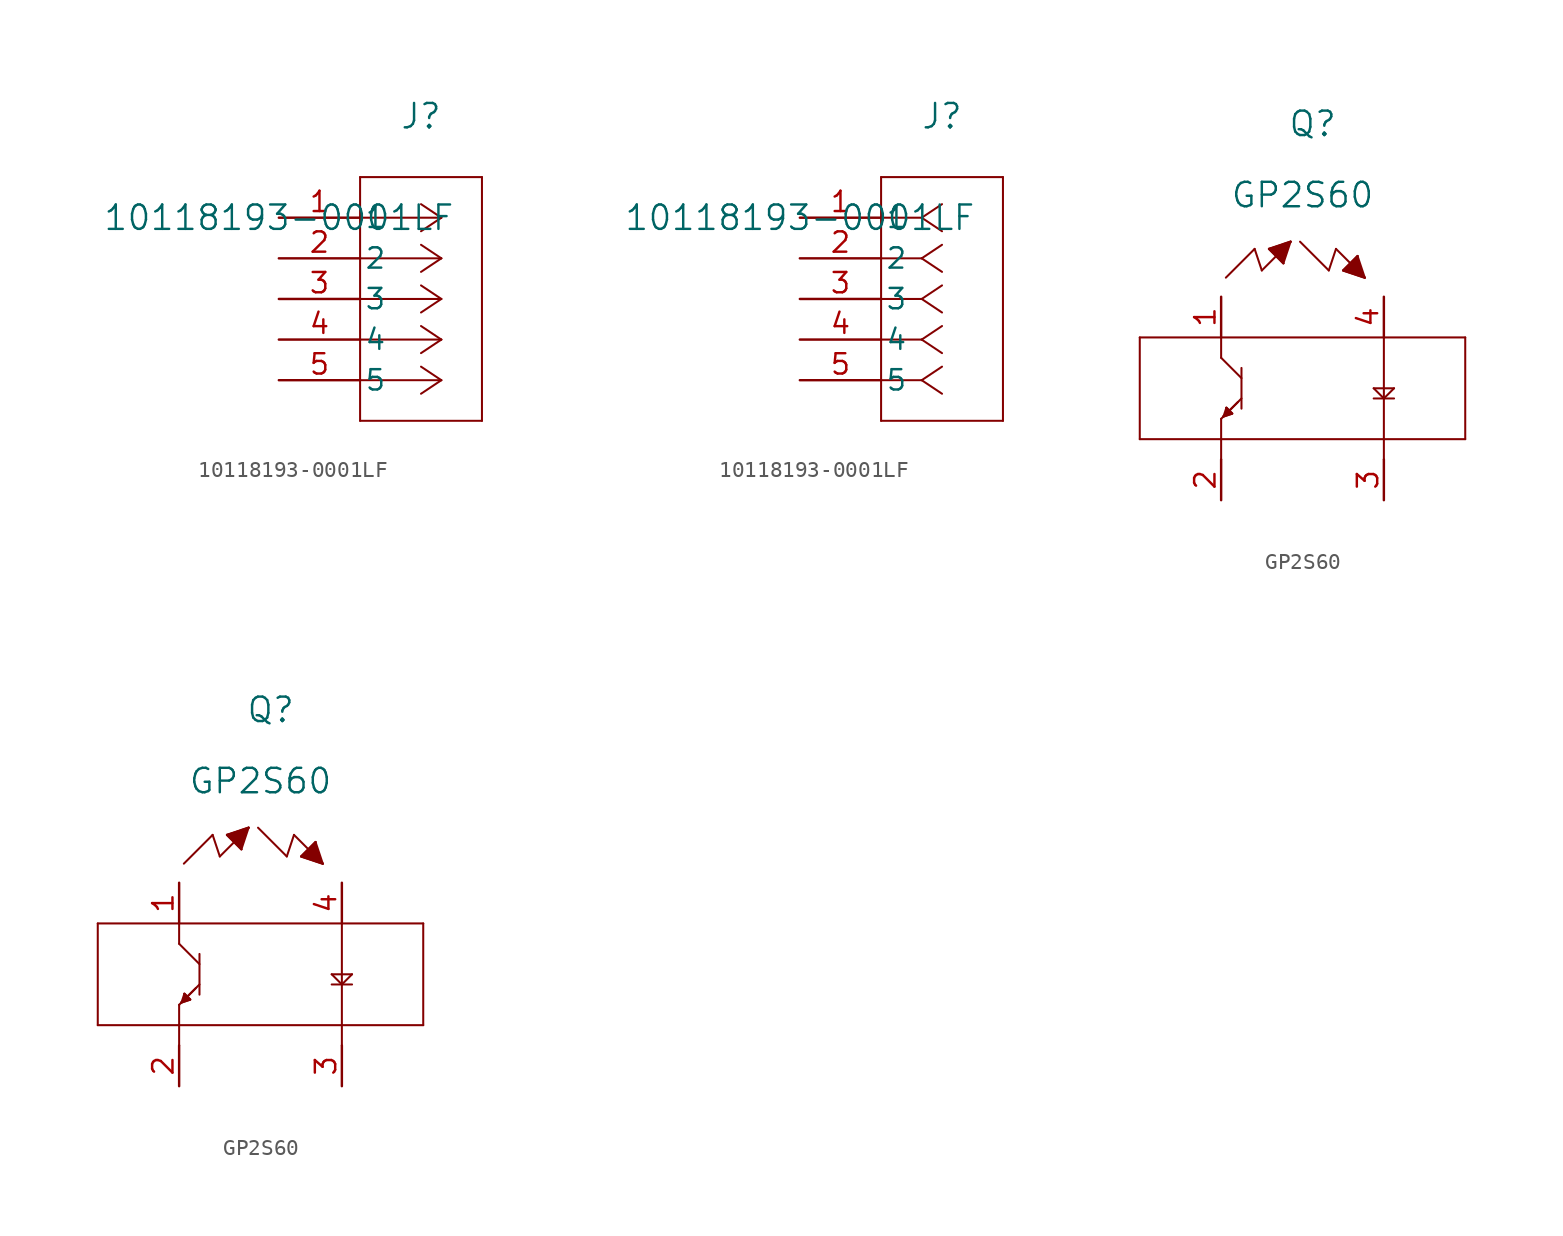
<source format=kicad_sym>
(kicad_symbol_lib
  (version 20211014)
  (generator kicad_symbol_editor)
  (symbol "10118193-0001LF"
    (pin_names
      (offset 0.254))
    (property "Reference" "J"
      (at 8.89 6.35 0)
      (effects (font (size 1.524 1.524))))
    (property "Value" "10118193-0001LF"
      (at 0 0 0)
      (effects (font (size 1.524 1.524))))
    (property "ki_locked" ""
      (at 0 0 0)
      (effects (font (size 1.27 1.27))))
    (symbol "10118193-0001LF_1_1"
      (polyline (pts (xy 5.08 -12.7) (xy 12.7 -12.7)) (stroke (width 0.127) (type default) (color 0 0 0 0)) (fill (type none)))
      (polyline (pts (xy 5.08 2.54) (xy 5.08 -12.7)) (stroke (width 0.127) (type default) (color 0 0 0 0)) (fill (type none)))
      (polyline (pts (xy 10.16 -10.16) (xy 5.08 -10.16)) (stroke (width 0.127) (type default) (color 0 0 0 0)) (fill (type none)))
      (polyline (pts (xy 10.16 -10.16) (xy 8.89 -11.007)) (stroke (width 0.127) (type default) (color 0 0 0 0)) (fill (type none)))
      (polyline (pts (xy 10.16 -10.16) (xy 8.89 -9.313)) (stroke (width 0.127) (type default) (color 0 0 0 0)) (fill (type none)))
      (polyline (pts (xy 10.16 -7.62) (xy 5.08 -7.62)) (stroke (width 0.127) (type default) (color 0 0 0 0)) (fill (type none)))
      (polyline (pts (xy 10.16 -7.62) (xy 8.89 -8.467)) (stroke (width 0.127) (type default) (color 0 0 0 0)) (fill (type none)))
      (polyline (pts (xy 10.16 -7.62) (xy 8.89 -6.773)) (stroke (width 0.127) (type default) (color 0 0 0 0)) (fill (type none)))
      (polyline (pts (xy 10.16 -5.08) (xy 5.08 -5.08)) (stroke (width 0.127) (type default) (color 0 0 0 0)) (fill (type none)))
      (polyline (pts (xy 10.16 -5.08) (xy 8.89 -5.927)) (stroke (width 0.127) (type default) (color 0 0 0 0)) (fill (type none)))
      (polyline (pts (xy 10.16 -5.08) (xy 8.89 -4.233)) (stroke (width 0.127) (type default) (color 0 0 0 0)) (fill (type none)))
      (polyline (pts (xy 10.16 -2.54) (xy 5.08 -2.54)) (stroke (width 0.127) (type default) (color 0 0 0 0)) (fill (type none)))
      (polyline (pts (xy 10.16 -2.54) (xy 8.89 -3.387)) (stroke (width 0.127) (type default) (color 0 0 0 0)) (fill (type none)))
      (polyline (pts (xy 10.16 -2.54) (xy 8.89 -1.693)) (stroke (width 0.127) (type default) (color 0 0 0 0)) (fill (type none)))
      (polyline (pts (xy 10.16 0) (xy 5.08 0)) (stroke (width 0.127) (type default) (color 0 0 0 0)) (fill (type none)))
      (polyline (pts (xy 10.16 0) (xy 8.89 -0.847)) (stroke (width 0.127) (type default) (color 0 0 0 0)) (fill (type none)))
      (polyline (pts (xy 10.16 0) (xy 8.89 0.847)) (stroke (width 0.127) (type default) (color 0 0 0 0)) (fill (type none)))
      (polyline (pts (xy 12.7 -12.7) (xy 12.7 2.54)) (stroke (width 0.127) (type default) (color 0 0 0 0)) (fill (type none)))
      (polyline (pts (xy 12.7 2.54) (xy 5.08 2.54)) (stroke (width 0.127) (type default) (color 0 0 0 0)) (fill (type none)))
      (pin unspecified line (at 0 0 0) (length 5.08) (name "1" (effects (font (size 1.27 1.27)))) (number "1" (effects (font (size 1.27 1.27)))))
      (pin unspecified line (at 0 -2.54 0) (length 5.08) (name "2" (effects (font (size 1.27 1.27)))) (number "2" (effects (font (size 1.27 1.27)))))
      (pin unspecified line (at 0 -5.08 0) (length 5.08) (name "3" (effects (font (size 1.27 1.27)))) (number "3" (effects (font (size 1.27 1.27)))))
      (pin unspecified line (at 0 -7.62 0) (length 5.08) (name "4" (effects (font (size 1.27 1.27)))) (number "4" (effects (font (size 1.27 1.27)))))
      (pin unspecified line (at 0 -10.16 0) (length 5.08) (name "5" (effects (font (size 1.27 1.27)))) (number "5" (effects (font (size 1.27 1.27))))))
    (symbol "10118193-0001LF_1_2"
      (polyline (pts (xy 5.08 -12.7) (xy 12.7 -12.7)) (stroke (width 0.127) (type default) (color 0 0 0 0)) (fill (type none)))
      (polyline (pts (xy 5.08 2.54) (xy 5.08 -12.7)) (stroke (width 0.127) (type default) (color 0 0 0 0)) (fill (type none)))
      (polyline (pts (xy 7.62 -10.16) (xy 5.08 -10.16)) (stroke (width 0.127) (type default) (color 0 0 0 0)) (fill (type none)))
      (polyline (pts (xy 7.62 -10.16) (xy 8.89 -11.007)) (stroke (width 0.127) (type default) (color 0 0 0 0)) (fill (type none)))
      (polyline (pts (xy 7.62 -10.16) (xy 8.89 -9.313)) (stroke (width 0.127) (type default) (color 0 0 0 0)) (fill (type none)))
      (polyline (pts (xy 7.62 -7.62) (xy 5.08 -7.62)) (stroke (width 0.127) (type default) (color 0 0 0 0)) (fill (type none)))
      (polyline (pts (xy 7.62 -7.62) (xy 8.89 -8.467)) (stroke (width 0.127) (type default) (color 0 0 0 0)) (fill (type none)))
      (polyline (pts (xy 7.62 -7.62) (xy 8.89 -6.773)) (stroke (width 0.127) (type default) (color 0 0 0 0)) (fill (type none)))
      (polyline (pts (xy 7.62 -5.08) (xy 5.08 -5.08)) (stroke (width 0.127) (type default) (color 0 0 0 0)) (fill (type none)))
      (polyline (pts (xy 7.62 -5.08) (xy 8.89 -5.927)) (stroke (width 0.127) (type default) (color 0 0 0 0)) (fill (type none)))
      (polyline (pts (xy 7.62 -5.08) (xy 8.89 -4.233)) (stroke (width 0.127) (type default) (color 0 0 0 0)) (fill (type none)))
      (polyline (pts (xy 7.62 -2.54) (xy 5.08 -2.54)) (stroke (width 0.127) (type default) (color 0 0 0 0)) (fill (type none)))
      (polyline (pts (xy 7.62 -2.54) (xy 8.89 -3.387)) (stroke (width 0.127) (type default) (color 0 0 0 0)) (fill (type none)))
      (polyline (pts (xy 7.62 -2.54) (xy 8.89 -1.693)) (stroke (width 0.127) (type default) (color 0 0 0 0)) (fill (type none)))
      (polyline (pts (xy 7.62 0) (xy 5.08 0)) (stroke (width 0.127) (type default) (color 0 0 0 0)) (fill (type none)))
      (polyline (pts (xy 7.62 0) (xy 8.89 -0.847)) (stroke (width 0.127) (type default) (color 0 0 0 0)) (fill (type none)))
      (polyline (pts (xy 7.62 0) (xy 8.89 0.847)) (stroke (width 0.127) (type default) (color 0 0 0 0)) (fill (type none)))
      (polyline (pts (xy 12.7 -12.7) (xy 12.7 2.54)) (stroke (width 0.127) (type default) (color 0 0 0 0)) (fill (type none)))
      (polyline (pts (xy 12.7 2.54) (xy 5.08 2.54)) (stroke (width 0.127) (type default) (color 0 0 0 0)) (fill (type none)))
      (pin unspecified line (at 0 0 0) (length 5.08) (name "1" (effects (font (size 1.27 1.27)))) (number "1" (effects (font (size 1.27 1.27)))))
      (pin unspecified line (at 0 -2.54 0) (length 5.08) (name "2" (effects (font (size 1.27 1.27)))) (number "2" (effects (font (size 1.27 1.27)))))
      (pin unspecified line (at 0 -5.08 0) (length 5.08) (name "3" (effects (font (size 1.27 1.27)))) (number "3" (effects (font (size 1.27 1.27)))))
      (pin unspecified line (at 0 -7.62 0) (length 5.08) (name "4" (effects (font (size 1.27 1.27)))) (number "4" (effects (font (size 1.27 1.27)))))
      (pin unspecified line (at 0 -10.16 0) (length 5.08) (name "5" (effects (font (size 1.27 1.27)))) (number "5" (effects (font (size 1.27 1.27)))))))
  (symbol "GP2S60"
    (pin_names
      (offset 0.254))
    (property "Reference" "Q"
      (at 5.715 10.795 0)
      (effects (font (size 1.524 1.524))))
    (property "Value" "GP2S60"
      (at 5.08 6.35 0)
      (effects (font (size 1.524 1.524))))
    (property "ki_locked" ""
      (at 0 0 0)
      (effects (font (size 1.27 1.27))))
    (symbol "GP2S60_1_1"
      (polyline (pts (xy -5.08 -8.89) (xy 15.24 -8.89)) (stroke (width 0.127) (type default) (color 0 0 0 0)) (fill (type none)))
      (polyline (pts (xy -5.08 -2.54) (xy -5.08 -8.89)) (stroke (width 0.127) (type default) (color 0 0 0 0)) (fill (type none)))
      (polyline (pts (xy -5.08 -2.54) (xy 15.24 -2.54)) (stroke (width 0.127) (type default) (color 0 0 0 0)) (fill (type none)))
      (polyline (pts (xy 0 -10.16) (xy 0 -8.89)) (stroke (width 0.127) (type default) (color 0 0 0 0)) (fill (type none)))
      (polyline (pts (xy 0 -7.62) (xy 0 -8.89)) (stroke (width 0.127) (type default) (color 0 0 0 0)) (fill (type none)))
      (polyline (pts (xy 0 -7.62) (xy 1.27 -6.35)) (stroke (width 0.127) (type default) (color 0 0 0 0)) (fill (type none)))
      (polyline (pts (xy 0 -3.81) (xy 1.27 -5.08)) (stroke (width 0.127) (type default) (color 0 0 0 0)) (fill (type none)))
      (polyline (pts (xy 0 -2.54) (xy 0 -3.81)) (stroke (width 0.127) (type default) (color 0 0 0 0)) (fill (type none)))
      (polyline (pts (xy 0.149 -7.471) (xy 0.688 -7.292)) (stroke (width 0.127) (type default) (color 0 0 0 0)) (fill (type none)))
      (polyline (pts (xy 0.295 1.193) (xy 2.091 2.989)) (stroke (width 0.127) (type default) (color 0 0 0 0)) (fill (type none)))
      (polyline (pts (xy 0.328 -6.932) (xy 0.149 -7.471)) (stroke (width 0.127) (type default) (color 0 0 0 0)) (fill (type none)))
      (polyline (pts (xy 0.328 -6.932) (xy 0.688 -7.292)) (stroke (width 0.127) (type default) (color 0 0 0 0)) (fill (type none)))
      (polyline (pts (xy 1.047 -6.573) (xy 0.149 -7.471)) (stroke (width 0.127) (type default) (color 0 0 0 0)) (fill (type none)))
      (polyline (pts (xy 1.27 -4.445) (xy 1.27 -6.985)) (stroke (width 0.127) (type default) (color 0 0 0 0)) (fill (type none)))
      (polyline (pts (xy 2.091 2.989) (xy 2.54 1.642)) (stroke (width 0.127) (type default) (color 0 0 0 0)) (fill (type none)))
      (polyline (pts (xy 2.54 1.642) (xy 4.336 3.438)) (stroke (width 0.127) (type default) (color 0 0 0 0)) (fill (type none)))
      (polyline (pts (xy 2.989 2.989) (xy 3.887 2.091)) (stroke (width 0.127) (type default) (color 0 0 0 0)) (fill (type none)))
      (polyline (pts (xy 3.887 2.091) (xy 4.336 3.438)) (stroke (width 0.127) (type default) (color 0 0 0 0)) (fill (type none)))
      (polyline (pts (xy 4.336 3.438) (xy 2.989 2.989)) (stroke (width 0.127) (type default) (color 0 0 0 0)) (fill (type none)))
      (polyline (pts (xy 4.926 3.438) (xy 6.722 1.642)) (stroke (width 0.127) (type default) (color 0 0 0 0)) (fill (type none)))
      (polyline (pts (xy 6.722 1.642) (xy 7.171 2.989)) (stroke (width 0.127) (type default) (color 0 0 0 0)) (fill (type none)))
      (polyline (pts (xy 7.171 2.989) (xy 8.967 1.193)) (stroke (width 0.127) (type default) (color 0 0 0 0)) (fill (type none)))
      (polyline (pts (xy 7.62 1.642) (xy 8.518 2.54)) (stroke (width 0.127) (type default) (color 0 0 0 0)) (fill (type none)))
      (polyline (pts (xy 8.518 2.54) (xy 8.967 1.193)) (stroke (width 0.127) (type default) (color 0 0 0 0)) (fill (type none)))
      (polyline (pts (xy 8.967 1.193) (xy 7.62 1.642)) (stroke (width 0.127) (type default) (color 0 0 0 0)) (fill (type none)))
      (polyline (pts (xy 9.525 -6.35) (xy 10.795 -6.35)) (stroke (width 0.127) (type default) (color 0 0 0 0)) (fill (type none)))
      (polyline (pts (xy 9.525 -5.715) (xy 10.16 -6.35)) (stroke (width 0.127) (type default) (color 0 0 0 0)) (fill (type none)))
      (polyline (pts (xy 10.16 -10.16) (xy 10.16 -8.89)) (stroke (width 0.127) (type default) (color 0 0 0 0)) (fill (type none)))
      (polyline (pts (xy 10.16 -6.35) (xy 10.795 -5.715)) (stroke (width 0.127) (type default) (color 0 0 0 0)) (fill (type none)))
      (polyline (pts (xy 10.16 -2.54) (xy 10.16 -8.89)) (stroke (width 0.127) (type default) (color 0 0 0 0)) (fill (type none)))
      (polyline (pts (xy 10.795 -5.715) (xy 9.525 -5.715)) (stroke (width 0.127) (type default) (color 0 0 0 0)) (fill (type none)))
      (polyline (pts (xy 15.24 -2.54) (xy 15.24 -8.89)) (stroke (width 0.127) (type default) (color 0 0 0 0)) (fill (type none)))
      (polyline (pts (xy 0.328 -6.932) (xy 0.688 -7.292) (xy 0.149 -7.471)) (stroke (width 0) (type default) (color 0 0 0 0)) (fill (type outline)))
      (polyline (pts (xy 4.336 3.438) (xy 2.989 2.989) (xy 3.887 2.091)) (stroke (width 0) (type default) (color 0 0 0 0)) (fill (type outline)))
      (polyline (pts (xy 8.967 1.193) (xy 7.62 1.642) (xy 8.518 2.54)) (stroke (width 0) (type default) (color 0 0 0 0)) (fill (type outline)))
      (pin passive line (at 0 0 270) (length 2.54) (name "" (effects (font (size 1.27 1.27)))) (number "1" (effects (font (size 1.27 1.27)))))
      (pin passive line (at 0 -12.7 90) (length 2.54) (name "" (effects (font (size 1.27 1.27)))) (number "2" (effects (font (size 1.27 1.27)))))
      (pin passive line (at 10.16 -12.7 90) (length 2.54) (name "" (effects (font (size 1.27 1.27)))) (number "3" (effects (font (size 1.27 1.27)))))
      (pin passive line (at 10.16 0 270) (length 2.54) (name "" (effects (font (size 1.27 1.27)))) (number "4" (effects (font (size 1.27 1.27))))))
    (symbol "GP2S60_1_2"
      (polyline (pts (xy -5.08 -8.89) (xy 15.24 -8.89)) (stroke (width 0.127) (type default) (color 0 0 0 0)) (fill (type none)))
      (polyline (pts (xy -5.08 -2.54) (xy -5.08 -8.89)) (stroke (width 0.127) (type default) (color 0 0 0 0)) (fill (type none)))
      (polyline (pts (xy -5.08 -2.54) (xy 15.24 -2.54)) (stroke (width 0.127) (type default) (color 0 0 0 0)) (fill (type none)))
      (polyline (pts (xy 0 -10.16) (xy 0 -8.89)) (stroke (width 0.127) (type default) (color 0 0 0 0)) (fill (type none)))
      (polyline (pts (xy 0 -7.62) (xy 0 -8.89)) (stroke (width 0.127) (type default) (color 0 0 0 0)) (fill (type none)))
      (polyline (pts (xy 0 -7.62) (xy 1.27 -6.35)) (stroke (width 0.127) (type default) (color 0 0 0 0)) (fill (type none)))
      (polyline (pts (xy 0 -3.81) (xy 1.27 -5.08)) (stroke (width 0.127) (type default) (color 0 0 0 0)) (fill (type none)))
      (polyline (pts (xy 0 -2.54) (xy 0 -3.81)) (stroke (width 0.127) (type default) (color 0 0 0 0)) (fill (type none)))
      (polyline (pts (xy 0.149 -7.471) (xy 0.688 -7.292)) (stroke (width 0.127) (type default) (color 0 0 0 0)) (fill (type none)))
      (polyline (pts (xy 0.295 1.193) (xy 2.091 2.989)) (stroke (width 0.127) (type default) (color 0 0 0 0)) (fill (type none)))
      (polyline (pts (xy 0.328 -6.932) (xy 0.149 -7.471)) (stroke (width 0.127) (type default) (color 0 0 0 0)) (fill (type none)))
      (polyline (pts (xy 0.328 -6.932) (xy 0.688 -7.292)) (stroke (width 0.127) (type default) (color 0 0 0 0)) (fill (type none)))
      (polyline (pts (xy 1.047 -6.573) (xy 0.149 -7.471)) (stroke (width 0.127) (type default) (color 0 0 0 0)) (fill (type none)))
      (polyline (pts (xy 1.27 -4.445) (xy 1.27 -6.985)) (stroke (width 0.127) (type default) (color 0 0 0 0)) (fill (type none)))
      (polyline (pts (xy 2.091 2.989) (xy 2.54 1.642)) (stroke (width 0.127) (type default) (color 0 0 0 0)) (fill (type none)))
      (polyline (pts (xy 2.54 1.642) (xy 4.336 3.438)) (stroke (width 0.127) (type default) (color 0 0 0 0)) (fill (type none)))
      (polyline (pts (xy 2.989 2.989) (xy 3.887 2.091)) (stroke (width 0.127) (type default) (color 0 0 0 0)) (fill (type none)))
      (polyline (pts (xy 3.887 2.091) (xy 4.336 3.438)) (stroke (width 0.127) (type default) (color 0 0 0 0)) (fill (type none)))
      (polyline (pts (xy 4.336 3.438) (xy 2.989 2.989)) (stroke (width 0.127) (type default) (color 0 0 0 0)) (fill (type none)))
      (polyline (pts (xy 4.926 3.438) (xy 6.722 1.642)) (stroke (width 0.127) (type default) (color 0 0 0 0)) (fill (type none)))
      (polyline (pts (xy 6.722 1.642) (xy 7.171 2.989)) (stroke (width 0.127) (type default) (color 0 0 0 0)) (fill (type none)))
      (polyline (pts (xy 7.171 2.989) (xy 8.967 1.193)) (stroke (width 0.127) (type default) (color 0 0 0 0)) (fill (type none)))
      (polyline (pts (xy 7.62 1.642) (xy 8.518 2.54)) (stroke (width 0.127) (type default) (color 0 0 0 0)) (fill (type none)))
      (polyline (pts (xy 8.518 2.54) (xy 8.967 1.193)) (stroke (width 0.127) (type default) (color 0 0 0 0)) (fill (type none)))
      (polyline (pts (xy 8.967 1.193) (xy 7.62 1.642)) (stroke (width 0.127) (type default) (color 0 0 0 0)) (fill (type none)))
      (polyline (pts (xy 9.525 -6.35) (xy 10.795 -6.35)) (stroke (width 0.127) (type default) (color 0 0 0 0)) (fill (type none)))
      (polyline (pts (xy 9.525 -5.715) (xy 10.16 -6.35)) (stroke (width 0.127) (type default) (color 0 0 0 0)) (fill (type none)))
      (polyline (pts (xy 10.16 -10.16) (xy 10.16 -8.89)) (stroke (width 0.127) (type default) (color 0 0 0 0)) (fill (type none)))
      (polyline (pts (xy 10.16 -6.35) (xy 10.795 -5.715)) (stroke (width 0.127) (type default) (color 0 0 0 0)) (fill (type none)))
      (polyline (pts (xy 10.16 -2.54) (xy 10.16 -8.89)) (stroke (width 0.127) (type default) (color 0 0 0 0)) (fill (type none)))
      (polyline (pts (xy 10.795 -5.715) (xy 9.525 -5.715)) (stroke (width 0.127) (type default) (color 0 0 0 0)) (fill (type none)))
      (polyline (pts (xy 15.24 -2.54) (xy 15.24 -8.89)) (stroke (width 0.127) (type default) (color 0 0 0 0)) (fill (type none)))
      (polyline (pts (xy 0.328 -6.932) (xy 0.688 -7.292) (xy 0.149 -7.471)) (stroke (width 0) (type default) (color 0 0 0 0)) (fill (type outline)))
      (polyline (pts (xy 4.336 3.438) (xy 2.989 2.989) (xy 3.887 2.091)) (stroke (width 0) (type default) (color 0 0 0 0)) (fill (type outline)))
      (polyline (pts (xy 8.967 1.193) (xy 7.62 1.642) (xy 8.518 2.54)) (stroke (width 0) (type default) (color 0 0 0 0)) (fill (type outline)))
      (pin unspecified line (at 0 0 270) (length 2.54) (name "" (effects (font (size 1.27 1.27)))) (number "1" (effects (font (size 1.27 1.27)))))
      (pin unspecified line (at 0 -12.7 90) (length 2.54) (name "" (effects (font (size 1.27 1.27)))) (number "2" (effects (font (size 1.27 1.27)))))
      (pin unspecified line (at 10.16 -12.7 90) (length 2.54) (name "" (effects (font (size 1.27 1.27)))) (number "3" (effects (font (size 1.27 1.27)))))
      (pin unspecified line (at 10.16 0 270) (length 2.54) (name "" (effects (font (size 1.27 1.27)))) (number "4" (effects (font (size 1.27 1.27))))))))
</source>
